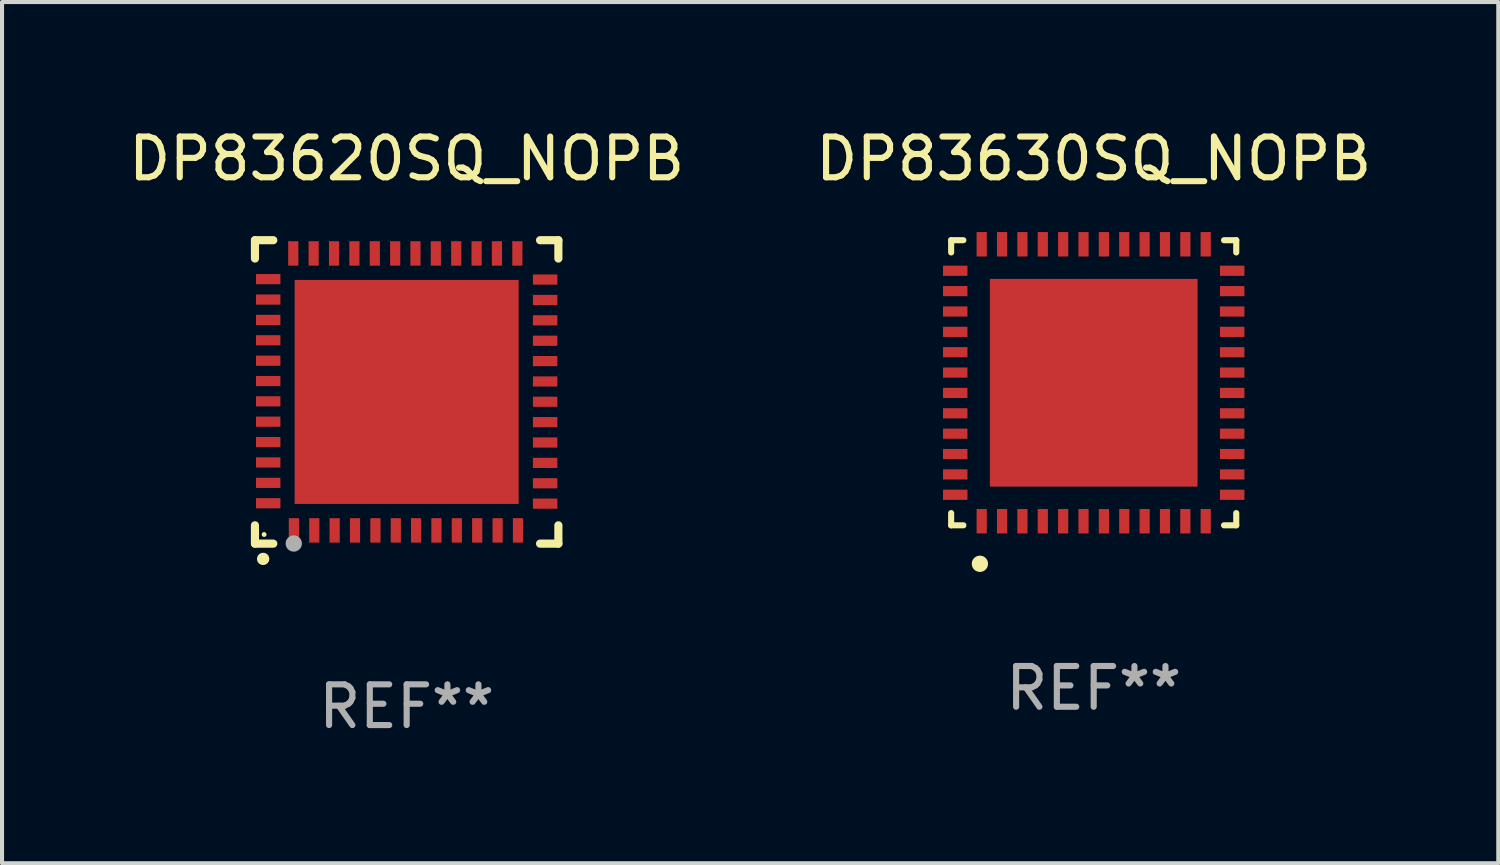
<source format=kicad_pcb>
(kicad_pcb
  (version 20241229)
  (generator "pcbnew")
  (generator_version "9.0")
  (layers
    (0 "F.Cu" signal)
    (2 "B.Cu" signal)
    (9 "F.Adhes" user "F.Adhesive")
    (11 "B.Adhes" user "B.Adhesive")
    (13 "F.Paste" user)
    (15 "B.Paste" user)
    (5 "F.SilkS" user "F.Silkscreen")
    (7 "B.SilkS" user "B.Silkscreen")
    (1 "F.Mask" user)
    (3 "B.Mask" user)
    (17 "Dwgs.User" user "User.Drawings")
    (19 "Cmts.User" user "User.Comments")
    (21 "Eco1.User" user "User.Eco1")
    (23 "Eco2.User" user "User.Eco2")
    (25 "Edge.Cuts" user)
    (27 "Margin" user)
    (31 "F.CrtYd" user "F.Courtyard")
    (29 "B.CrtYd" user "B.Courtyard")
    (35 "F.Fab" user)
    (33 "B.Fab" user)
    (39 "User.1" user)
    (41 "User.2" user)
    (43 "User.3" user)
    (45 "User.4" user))
  (footprint "DP83620SQ_NOPB"
    (layer "F.Cu")
    (at 6.935 6.573)
    (property "Reference" "DP83620SQ_NOPB" (at 0 -5.725 0) (layer "F.SilkS") (effects (font (size 1 1) (thickness 0.15))))
    (attr through_hole)
    (fp_line (start -3.725 -3.725) (end -3.275 -3.725) (stroke (width 0.2) (type solid)) (layer "F.SilkS"))
    (fp_line (start -3.725 -3.275) (end -3.725 -3.725) (stroke (width 0.2) (type solid)) (layer "F.SilkS"))
    (fp_line (start -3.725 3.725) (end -3.725 3.275) (stroke (width 0.2) (type solid)) (layer "F.SilkS"))
    (fp_line (start -3.275 3.725) (end -3.725 3.725) (stroke (width 0.2) (type solid)) (layer "F.SilkS"))
    (fp_line (start 3.275 3.725) (end 3.725 3.725) (stroke (width 0.2) (type solid)) (layer "F.SilkS"))
    (fp_line (start 3.725 -3.725) (end 3.275 -3.725) (stroke (width 0.2) (type solid)) (layer "F.SilkS"))
    (fp_line (start 3.725 -3.275) (end 3.725 -3.725) (stroke (width 0.2) (type solid)) (layer "F.SilkS"))
    (fp_line (start 3.725 3.725) (end 3.725 3.275) (stroke (width 0.2) (type solid)) (layer "F.SilkS"))
    (fp_arc (start -3.525527 4.099568) (mid -3.524257 4.099563) (end -3.522987 4.099568) (stroke (width 0.3) (type solid)) (layer "F.SilkS"))
    (fp_circle (center -3.5 3.501) (end -3.47 3.501) (stroke (width 0.06) (type solid)) (fill no) (layer "F.SilkS"))
    (fp_circle (center -2.772 3.722) (end -2.672 3.722) (stroke (width 0.2) (type solid)) (fill no) (layer "F.Fab"))
    (fp_text user "REF**" (at 0 7.725 0) (layer "F.Fab") (effects (font (size 1 1) (thickness 0.15))))
    (pad "1" smd rect (at -2.769 3.4 180) (size 0.25 0.6) (layers "F.Cu" "F.Mask" "F.Paste"))
    (pad "2" smd rect (at -2.268 3.4 180) (size 0.25 0.6) (layers "F.Cu" "F.Mask" "F.Paste"))
    (pad "3" smd rect (at -1.768 3.4 180) (size 0.25 0.6) (layers "F.Cu" "F.Mask" "F.Paste"))
    (pad "4" smd rect (at -1.268 3.4 180) (size 0.25 0.6) (layers "F.Cu" "F.Mask" "F.Paste"))
    (pad "5" smd rect (at -0.767 3.4 180) (size 0.25 0.6) (layers "F.Cu" "F.Mask" "F.Paste"))
    (pad "6" smd rect (at -0.267 3.4 180) (size 0.25 0.6) (layers "F.Cu" "F.Mask" "F.Paste"))
    (pad "7" smd rect (at 0.231 3.4 180) (size 0.25 0.6) (layers "F.Cu" "F.Mask" "F.Paste"))
    (pad "8" smd rect (at 0.731 3.4 180) (size 0.25 0.6) (layers "F.Cu" "F.Mask" "F.Paste"))
    (pad "9" smd rect (at 1.232 3.4 180) (size 0.25 0.6) (layers "F.Cu" "F.Mask" "F.Paste"))
    (pad "10" smd rect (at 1.732 3.4 180) (size 0.25 0.6) (layers "F.Cu" "F.Mask" "F.Paste"))
    (pad "11" smd rect (at 2.233 3.4 180) (size 0.25 0.6) (layers "F.Cu" "F.Mask" "F.Paste"))
    (pad "12" smd rect (at 2.733 3.4 180) (size 0.25 0.6) (layers "F.Cu" "F.Mask" "F.Paste"))
    (pad "13" smd rect (at 3.4 2.743 90) (size 0.25 0.6) (layers "F.Cu" "F.Mask" "F.Paste"))
    (pad "14" smd rect (at 3.4 2.243 90) (size 0.25 0.6) (layers "F.Cu" "F.Mask" "F.Paste"))
    (pad "15" smd rect (at 3.4 1.742 90) (size 0.25 0.6) (layers "F.Cu" "F.Mask" "F.Paste"))
    (pad "16" smd rect (at 3.4 1.242 90) (size 0.25 0.6) (layers "F.Cu" "F.Mask" "F.Paste"))
    (pad "17" smd rect (at 3.4 0.742 90) (size 0.25 0.6) (layers "F.Cu" "F.Mask" "F.Paste"))
    (pad "18" smd rect (at 3.4 0.241 90) (size 0.25 0.6) (layers "F.Cu" "F.Mask" "F.Paste"))
    (pad "19" smd rect (at 3.4 -0.257 90) (size 0.25 0.6) (layers "F.Cu" "F.Mask" "F.Paste"))
    (pad "20" smd rect (at 3.4 -0.757 90) (size 0.25 0.6) (layers "F.Cu" "F.Mask" "F.Paste"))
    (pad "21" smd rect (at 3.4 -1.257 90) (size 0.25 0.6) (layers "F.Cu" "F.Mask" "F.Paste"))
    (pad "22" smd rect (at 3.4 -1.758 90) (size 0.25 0.6) (layers "F.Cu" "F.Mask" "F.Paste"))
    (pad "23" smd rect (at 3.4 -2.258 90) (size 0.25 0.6) (layers "F.Cu" "F.Mask" "F.Paste"))
    (pad "24" smd rect (at 3.4 -2.759 90) (size 0.25 0.6) (layers "F.Cu" "F.Mask" "F.Paste"))
    (pad "25" smd rect (at 2.718 -3.4 180) (size 0.25 0.6) (layers "F.Cu" "F.Mask" "F.Paste"))
    (pad "26" smd rect (at 2.217 -3.4 180) (size 0.25 0.6) (layers "F.Cu" "F.Mask" "F.Paste"))
    (pad "27" smd rect (at 1.717 -3.4 180) (size 0.25 0.6) (layers "F.Cu" "F.Mask" "F.Paste"))
    (pad "28" smd rect (at 1.217 -3.4 180) (size 0.25 0.6) (layers "F.Cu" "F.Mask" "F.Paste"))
    (pad "29" smd rect (at 0.716 -3.4 180) (size 0.25 0.6) (layers "F.Cu" "F.Mask" "F.Paste"))
    (pad "30" smd rect (at 0.216 -3.4 180) (size 0.25 0.6) (layers "F.Cu" "F.Mask" "F.Paste"))
    (pad "31" smd rect (at -0.282 -3.4 180) (size 0.25 0.6) (layers "F.Cu" "F.Mask" "F.Paste"))
    (pad "32" smd rect (at -0.782 -3.4 180) (size 0.25 0.6) (layers "F.Cu" "F.Mask" "F.Paste"))
    (pad "33" smd rect (at -1.283 -3.4 180) (size 0.25 0.6) (layers "F.Cu" "F.Mask" "F.Paste"))
    (pad "34" smd rect (at -1.783 -3.4 180) (size 0.25 0.6) (layers "F.Cu" "F.Mask" "F.Paste"))
    (pad "35" smd rect (at -2.284 -3.4 180) (size 0.25 0.6) (layers "F.Cu" "F.Mask" "F.Paste"))
    (pad "36" smd rect (at -2.784 -3.4 180) (size 0.25 0.6) (layers "F.Cu" "F.Mask" "F.Paste"))
    (pad "37" smd rect (at -3.4 -2.769 90) (size 0.25 0.6) (layers "F.Cu" "F.Mask" "F.Paste"))
    (pad "38" smd rect (at -3.4 -2.268 90) (size 0.25 0.6) (layers "F.Cu" "F.Mask" "F.Paste"))
    (pad "39" smd rect (at -3.4 -1.768 90) (size 0.25 0.6) (layers "F.Cu" "F.Mask" "F.Paste"))
    (pad "40" smd rect (at -3.4 -1.268 90) (size 0.25 0.6) (layers "F.Cu" "F.Mask" "F.Paste"))
    (pad "41" smd rect (at -3.4 -0.767 90) (size 0.25 0.6) (layers "F.Cu" "F.Mask" "F.Paste"))
    (pad "42" smd rect (at -3.4 -0.267 90) (size 0.25 0.6) (layers "F.Cu" "F.Mask" "F.Paste"))
    (pad "43" smd rect (at -3.4 0.231 90) (size 0.25 0.6) (layers "F.Cu" "F.Mask" "F.Paste"))
    (pad "44" smd rect (at -3.4 0.731 90) (size 0.25 0.6) (layers "F.Cu" "F.Mask" "F.Paste"))
    (pad "45" smd rect (at -3.4 1.232 90) (size 0.25 0.6) (layers "F.Cu" "F.Mask" "F.Paste"))
    (pad "46" smd rect (at -3.4 1.732 90) (size 0.25 0.6) (layers "F.Cu" "F.Mask" "F.Paste"))
    (pad "47" smd rect (at -3.4 2.233 90) (size 0.25 0.6) (layers "F.Cu" "F.Mask" "F.Paste"))
    (pad "48" smd rect (at -3.4 2.733 90) (size 0.25 0.6) (layers "F.Cu" "F.Mask" "F.Paste"))
    (pad "49" smd rect (at -0.000076 -0.000076 90) (size 5.5 5.5) (layers "F.Cu" "F.Mask" "F.Paste")))
  (footprint "DP83630SQ_NOPB"
    (layer "F.Cu")
    (at 23.804 6.348)
    (property "Reference" "DP83630SQ_NOPB" (at 0 -5.5 0) (layer "F.SilkS") (effects (font (size 1 1) (thickness 0.15))))
    (attr through_hole)
    (fp_line (start -3.5 -3.5) (end -3.2 -3.5) (stroke (width 0.15) (type solid)) (layer "F.SilkS"))
    (fp_line (start -3.5 -3.2) (end -3.5 -3.5) (stroke (width 0.15) (type solid)) (layer "F.SilkS"))
    (fp_line (start -3.5 3.5) (end -3.5 3.2) (stroke (width 0.15) (type solid)) (layer "F.SilkS"))
    (fp_line (start -3.2 3.5) (end -3.5 3.5) (stroke (width 0.15) (type solid)) (layer "F.SilkS"))
    (fp_line (start 3.2 -3.5) (end 3.5 -3.5) (stroke (width 0.15) (type solid)) (layer "F.SilkS"))
    (fp_line (start 3.5 -3.5) (end 3.5 -3.2) (stroke (width 0.15) (type solid)) (layer "F.SilkS"))
    (fp_line (start 3.5 3.2) (end 3.5 3.5) (stroke (width 0.15) (type solid)) (layer "F.SilkS"))
    (fp_line (start 3.5 3.5) (end 3.2 3.5) (stroke (width 0.15) (type solid)) (layer "F.SilkS"))
    (fp_circle (center -2.794 4.445) (end -2.694 4.445) (stroke (width 0.2) (type solid)) (fill no) (layer "F.SilkS"))
    (fp_text user "REF**" (at 0 7.5 0) (layer "F.Fab") (effects (font (size 1 1) (thickness 0.15))))
    (pad "1" smd rect (at -2.75 3.4 180) (size 0.25 0.6) (layers "F.Cu" "F.Mask" "F.Paste"))
    (pad "2" smd rect (at -2.25 3.4 180) (size 0.25 0.6) (layers "F.Cu" "F.Mask" "F.Paste"))
    (pad "3" smd rect (at -1.75 3.4 180) (size 0.25 0.6) (layers "F.Cu" "F.Mask" "F.Paste"))
    (pad "4" smd rect (at -1.25 3.4 180) (size 0.25 0.6) (layers "F.Cu" "F.Mask" "F.Paste"))
    (pad "5" smd rect (at -0.75 3.4 180) (size 0.25 0.6) (layers "F.Cu" "F.Mask" "F.Paste"))
    (pad "6" smd rect (at -0.25 3.4 180) (size 0.25 0.6) (layers "F.Cu" "F.Mask" "F.Paste"))
    (pad "7" smd rect (at 0.25 3.4 180) (size 0.25 0.6) (layers "F.Cu" "F.Mask" "F.Paste"))
    (pad "8" smd rect (at 0.75 3.4 180) (size 0.25 0.6) (layers "F.Cu" "F.Mask" "F.Paste"))
    (pad "9" smd rect (at 1.25 3.4 180) (size 0.25 0.6) (layers "F.Cu" "F.Mask" "F.Paste"))
    (pad "10" smd rect (at 1.75 3.4 180) (size 0.25 0.6) (layers "F.Cu" "F.Mask" "F.Paste"))
    (pad "11" smd rect (at 2.25 3.4 180) (size 0.25 0.6) (layers "F.Cu" "F.Mask" "F.Paste"))
    (pad "12" smd rect (at 2.75 3.4 180) (size 0.25 0.6) (layers "F.Cu" "F.Mask" "F.Paste"))
    (pad "13" smd rect (at 3.4 2.75 90) (size 0.25 0.6) (layers "F.Cu" "F.Mask" "F.Paste"))
    (pad "14" smd rect (at 3.4 2.25 90) (size 0.25 0.6) (layers "F.Cu" "F.Mask" "F.Paste"))
    (pad "15" smd rect (at 3.4 1.75 90) (size 0.25 0.6) (layers "F.Cu" "F.Mask" "F.Paste"))
    (pad "16" smd rect (at 3.4 1.25 90) (size 0.25 0.6) (layers "F.Cu" "F.Mask" "F.Paste"))
    (pad "17" smd rect (at 3.4 0.75 90) (size 0.25 0.6) (layers "F.Cu" "F.Mask" "F.Paste"))
    (pad "18" smd rect (at 3.4 0.25 90) (size 0.25 0.6) (layers "F.Cu" "F.Mask" "F.Paste"))
    (pad "19" smd rect (at 3.4 -0.25 90) (size 0.25 0.6) (layers "F.Cu" "F.Mask" "F.Paste"))
    (pad "20" smd rect (at 3.4 -0.75 90) (size 0.25 0.6) (layers "F.Cu" "F.Mask" "F.Paste"))
    (pad "21" smd rect (at 3.4 -1.25 90) (size 0.25 0.6) (layers "F.Cu" "F.Mask" "F.Paste"))
    (pad "22" smd rect (at 3.4 -1.75 90) (size 0.25 0.6) (layers "F.Cu" "F.Mask" "F.Paste"))
    (pad "23" smd rect (at 3.4 -2.25 90) (size 0.25 0.6) (layers "F.Cu" "F.Mask" "F.Paste"))
    (pad "24" smd rect (at 3.4 -2.75 90) (size 0.25 0.6) (layers "F.Cu" "F.Mask" "F.Paste"))
    (pad "25" smd rect (at 2.75 -3.4 180) (size 0.25 0.6) (layers "F.Cu" "F.Mask" "F.Paste"))
    (pad "26" smd rect (at 2.25 -3.4 180) (size 0.25 0.6) (layers "F.Cu" "F.Mask" "F.Paste"))
    (pad "27" smd rect (at 1.75 -3.4 180) (size 0.25 0.6) (layers "F.Cu" "F.Mask" "F.Paste"))
    (pad "28" smd rect (at 1.25 -3.4 180) (size 0.25 0.6) (layers "F.Cu" "F.Mask" "F.Paste"))
    (pad "29" smd rect (at 0.75 -3.4 180) (size 0.25 0.6) (layers "F.Cu" "F.Mask" "F.Paste"))
    (pad "30" smd rect (at 0.25 -3.4 180) (size 0.25 0.6) (layers "F.Cu" "F.Mask" "F.Paste"))
    (pad "31" smd rect (at -0.25 -3.4 180) (size 0.25 0.6) (layers "F.Cu" "F.Mask" "F.Paste"))
    (pad "32" smd rect (at -0.75 -3.4 180) (size 0.25 0.6) (layers "F.Cu" "F.Mask" "F.Paste"))
    (pad "33" smd rect (at -1.25 -3.4 180) (size 0.25 0.6) (layers "F.Cu" "F.Mask" "F.Paste"))
    (pad "34" smd rect (at -1.75 -3.4 180) (size 0.25 0.6) (layers "F.Cu" "F.Mask" "F.Paste"))
    (pad "35" smd rect (at -2.25 -3.4 180) (size 0.25 0.6) (layers "F.Cu" "F.Mask" "F.Paste"))
    (pad "36" smd rect (at -2.75 -3.4 180) (size 0.25 0.6) (layers "F.Cu" "F.Mask" "F.Paste"))
    (pad "37" smd rect (at -3.4 -2.75 90) (size 0.25 0.6) (layers "F.Cu" "F.Mask" "F.Paste"))
    (pad "38" smd rect (at -3.4 -2.25 90) (size 0.25 0.6) (layers "F.Cu" "F.Mask" "F.Paste"))
    (pad "39" smd rect (at -3.4 -1.75 90) (size 0.25 0.6) (layers "F.Cu" "F.Mask" "F.Paste"))
    (pad "40" smd rect (at -3.4 -1.25 90) (size 0.25 0.6) (layers "F.Cu" "F.Mask" "F.Paste"))
    (pad "41" smd rect (at -3.4 -0.75 90) (size 0.25 0.6) (layers "F.Cu" "F.Mask" "F.Paste"))
    (pad "42" smd rect (at -3.4 -0.25 90) (size 0.25 0.6) (layers "F.Cu" "F.Mask" "F.Paste"))
    (pad "43" smd rect (at -3.4 0.25 90) (size 0.25 0.6) (layers "F.Cu" "F.Mask" "F.Paste"))
    (pad "44" smd rect (at -3.4 0.75 90) (size 0.25 0.6) (layers "F.Cu" "F.Mask" "F.Paste"))
    (pad "45" smd rect (at -3.4 1.25 90) (size 0.25 0.6) (layers "F.Cu" "F.Mask" "F.Paste"))
    (pad "46" smd rect (at -3.4 1.75 90) (size 0.25 0.6) (layers "F.Cu" "F.Mask" "F.Paste"))
    (pad "47" smd rect (at -3.4 2.25 90) (size 0.25 0.6) (layers "F.Cu" "F.Mask" "F.Paste"))
    (pad "48" smd rect (at -3.4 2.75 90) (size 0.25 0.6) (layers "F.Cu" "F.Mask" "F.Paste"))
    (pad "49" smd rect (at -0.000127 -0.000127 90) (size 5.1 5.1) (layers "F.Cu" "F.Mask" "F.Paste")))
  (gr_rect
    (start -3 -3)
    (end 33.738 18.146)
    (stroke (width 0.1) (type default))
    (fill no)
    (layer "Edge.Cuts")))
</source>
